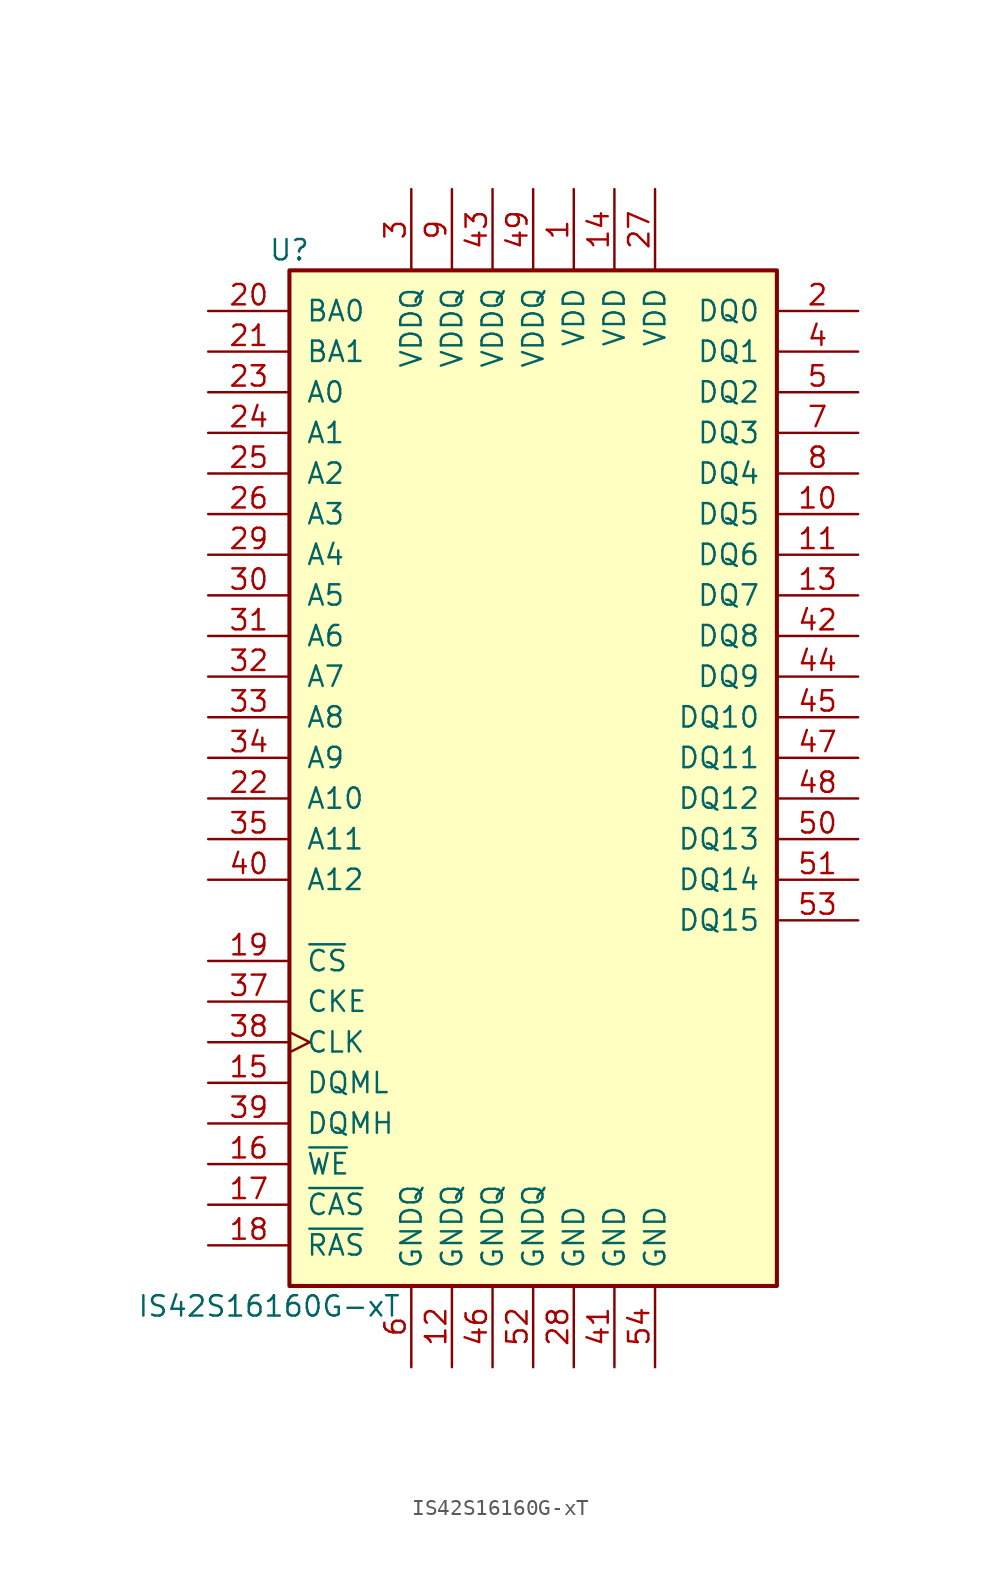
<source format=kicad_sym>
(kicad_symbol_lib
  (version 20211014)
  (generator kicad_symbol_editor)
  (symbol "IS42S16160G-xT"
    (pin_names
      (offset 1.016))
    (property "Reference" "U"
      (at -15.24 34.29 0)
      (effects (font (size 1.27 1.27))))
    (property "Value" "IS42S16160G-xT"
      (at -16.51 -31.75 0)
      (effects (font (size 1.27 1.27))))
    (symbol "IS42S16160G-xT_1_1"
      (rectangle (start -15.24 33.02) (end 15.24 -30.48) (stroke (width 0.254) (type default) (color 0 0 0 0)) (fill (type background)))
      (pin power_in line (at 2.54 38.1 270) (length 5.08) (name "VDD" (effects (font (size 1.27 1.27)))) (number "1" (effects (font (size 1.27 1.27)))))
      (pin bidirectional line (at 20.32 17.78 180) (length 5.08) (name "DQ5" (effects (font (size 1.27 1.27)))) (number "10" (effects (font (size 1.27 1.27)))))
      (pin bidirectional line (at 20.32 15.24 180) (length 5.08) (name "DQ6" (effects (font (size 1.27 1.27)))) (number "11" (effects (font (size 1.27 1.27)))))
      (pin power_in line (at -5.08 -35.56 90) (length 5.08) (name "GNDQ" (effects (font (size 1.27 1.27)))) (number "12" (effects (font (size 1.27 1.27)))))
      (pin bidirectional line (at 20.32 12.7 180) (length 5.08) (name "DQ7" (effects (font (size 1.27 1.27)))) (number "13" (effects (font (size 1.27 1.27)))))
      (pin power_in line (at 5.08 38.1 270) (length 5.08) (name "VDD" (effects (font (size 1.27 1.27)))) (number "14" (effects (font (size 1.27 1.27)))))
      (pin input line (at -20.32 -17.78 0) (length 5.08) (name "DQML" (effects (font (size 1.27 1.27)))) (number "15" (effects (font (size 1.27 1.27)))))
      (pin input line (at -20.32 -22.86 0) (length 5.08) (name "~{WE}" (effects (font (size 1.27 1.27)))) (number "16" (effects (font (size 1.27 1.27)))))
      (pin input line (at -20.32 -25.4 0) (length 5.08) (name "~{CAS}" (effects (font (size 1.27 1.27)))) (number "17" (effects (font (size 1.27 1.27)))))
      (pin input line (at -20.32 -27.94 0) (length 5.08) (name "~{RAS}" (effects (font (size 1.27 1.27)))) (number "18" (effects (font (size 1.27 1.27)))))
      (pin input line (at -20.32 -10.16 0) (length 5.08) (name "~{CS}" (effects (font (size 1.27 1.27)))) (number "19" (effects (font (size 1.27 1.27)))))
      (pin bidirectional line (at 20.32 30.48 180) (length 5.08) (name "DQ0" (effects (font (size 1.27 1.27)))) (number "2" (effects (font (size 1.27 1.27)))))
      (pin input line (at -20.32 30.48 0) (length 5.08) (name "BA0" (effects (font (size 1.27 1.27)))) (number "20" (effects (font (size 1.27 1.27)))))
      (pin input line (at -20.32 27.94 0) (length 5.08) (name "BA1" (effects (font (size 1.27 1.27)))) (number "21" (effects (font (size 1.27 1.27)))))
      (pin input line (at -20.32 0 0) (length 5.08) (name "A10" (effects (font (size 1.27 1.27)))) (number "22" (effects (font (size 1.27 1.27)))))
      (pin input line (at -20.32 25.4 0) (length 5.08) (name "A0" (effects (font (size 1.27 1.27)))) (number "23" (effects (font (size 1.27 1.27)))))
      (pin input line (at -20.32 22.86 0) (length 5.08) (name "A1" (effects (font (size 1.27 1.27)))) (number "24" (effects (font (size 1.27 1.27)))))
      (pin input line (at -20.32 20.32 0) (length 5.08) (name "A2" (effects (font (size 1.27 1.27)))) (number "25" (effects (font (size 1.27 1.27)))))
      (pin input line (at -20.32 17.78 0) (length 5.08) (name "A3" (effects (font (size 1.27 1.27)))) (number "26" (effects (font (size 1.27 1.27)))))
      (pin power_in line (at 7.62 38.1 270) (length 5.08) (name "VDD" (effects (font (size 1.27 1.27)))) (number "27" (effects (font (size 1.27 1.27)))))
      (pin power_in line (at 2.54 -35.56 90) (length 5.08) (name "GND" (effects (font (size 1.27 1.27)))) (number "28" (effects (font (size 1.27 1.27)))))
      (pin input line (at -20.32 15.24 0) (length 5.08) (name "A4" (effects (font (size 1.27 1.27)))) (number "29" (effects (font (size 1.27 1.27)))))
      (pin power_in line (at -7.62 38.1 270) (length 5.08) (name "VDDQ" (effects (font (size 1.27 1.27)))) (number "3" (effects (font (size 1.27 1.27)))))
      (pin input line (at -20.32 12.7 0) (length 5.08) (name "A5" (effects (font (size 1.27 1.27)))) (number "30" (effects (font (size 1.27 1.27)))))
      (pin input line (at -20.32 10.16 0) (length 5.08) (name "A6" (effects (font (size 1.27 1.27)))) (number "31" (effects (font (size 1.27 1.27)))))
      (pin input line (at -20.32 7.62 0) (length 5.08) (name "A7" (effects (font (size 1.27 1.27)))) (number "32" (effects (font (size 1.27 1.27)))))
      (pin input line (at -20.32 5.08 0) (length 5.08) (name "A8" (effects (font (size 1.27 1.27)))) (number "33" (effects (font (size 1.27 1.27)))))
      (pin input line (at -20.32 2.54 0) (length 5.08) (name "A9" (effects (font (size 1.27 1.27)))) (number "34" (effects (font (size 1.27 1.27)))))
      (pin input line (at -20.32 -2.54 0) (length 5.08) (name "A11" (effects (font (size 1.27 1.27)))) (number "35" (effects (font (size 1.27 1.27)))))
      (pin no_connect line (at 15.24 -15.24 180) (length 5.08) hide (name "NC" (effects (font (size 1.27 1.27)))) (number "36" (effects (font (size 1.27 1.27)))))
      (pin input line (at -20.32 -12.7 0) (length 5.08) (name "CKE" (effects (font (size 1.27 1.27)))) (number "37" (effects (font (size 1.27 1.27)))))
      (pin input clock (at -20.32 -15.24 0) (length 5.08) (name "CLK" (effects (font (size 1.27 1.27)))) (number "38" (effects (font (size 1.27 1.27)))))
      (pin input line (at -20.32 -20.32 0) (length 5.08) (name "DQMH" (effects (font (size 1.27 1.27)))) (number "39" (effects (font (size 1.27 1.27)))))
      (pin bidirectional line (at 20.32 27.94 180) (length 5.08) (name "DQ1" (effects (font (size 1.27 1.27)))) (number "4" (effects (font (size 1.27 1.27)))))
      (pin input line (at -20.32 -5.08 0) (length 5.08) (name "A12" (effects (font (size 1.27 1.27)))) (number "40" (effects (font (size 1.27 1.27)))))
      (pin power_in line (at 5.08 -35.56 90) (length 5.08) (name "GND" (effects (font (size 1.27 1.27)))) (number "41" (effects (font (size 1.27 1.27)))))
      (pin bidirectional line (at 20.32 10.16 180) (length 5.08) (name "DQ8" (effects (font (size 1.27 1.27)))) (number "42" (effects (font (size 1.27 1.27)))))
      (pin power_in line (at -2.54 38.1 270) (length 5.08) (name "VDDQ" (effects (font (size 1.27 1.27)))) (number "43" (effects (font (size 1.27 1.27)))))
      (pin bidirectional line (at 20.32 7.62 180) (length 5.08) (name "DQ9" (effects (font (size 1.27 1.27)))) (number "44" (effects (font (size 1.27 1.27)))))
      (pin bidirectional line (at 20.32 5.08 180) (length 5.08) (name "DQ10" (effects (font (size 1.27 1.27)))) (number "45" (effects (font (size 1.27 1.27)))))
      (pin power_in line (at -2.54 -35.56 90) (length 5.08) (name "GNDQ" (effects (font (size 1.27 1.27)))) (number "46" (effects (font (size 1.27 1.27)))))
      (pin bidirectional line (at 20.32 2.54 180) (length 5.08) (name "DQ11" (effects (font (size 1.27 1.27)))) (number "47" (effects (font (size 1.27 1.27)))))
      (pin bidirectional line (at 20.32 0 180) (length 5.08) (name "DQ12" (effects (font (size 1.27 1.27)))) (number "48" (effects (font (size 1.27 1.27)))))
      (pin power_in line (at 0 38.1 270) (length 5.08) (name "VDDQ" (effects (font (size 1.27 1.27)))) (number "49" (effects (font (size 1.27 1.27)))))
      (pin bidirectional line (at 20.32 25.4 180) (length 5.08) (name "DQ2" (effects (font (size 1.27 1.27)))) (number "5" (effects (font (size 1.27 1.27)))))
      (pin bidirectional line (at 20.32 -2.54 180) (length 5.08) (name "DQ13" (effects (font (size 1.27 1.27)))) (number "50" (effects (font (size 1.27 1.27)))))
      (pin bidirectional line (at 20.32 -5.08 180) (length 5.08) (name "DQ14" (effects (font (size 1.27 1.27)))) (number "51" (effects (font (size 1.27 1.27)))))
      (pin power_in line (at 0 -35.56 90) (length 5.08) (name "GNDQ" (effects (font (size 1.27 1.27)))) (number "52" (effects (font (size 1.27 1.27)))))
      (pin bidirectional line (at 20.32 -7.62 180) (length 5.08) (name "DQ15" (effects (font (size 1.27 1.27)))) (number "53" (effects (font (size 1.27 1.27)))))
      (pin power_in line (at 7.62 -35.56 90) (length 5.08) (name "GND" (effects (font (size 1.27 1.27)))) (number "54" (effects (font (size 1.27 1.27)))))
      (pin power_in line (at -7.62 -35.56 90) (length 5.08) (name "GNDQ" (effects (font (size 1.27 1.27)))) (number "6" (effects (font (size 1.27 1.27)))))
      (pin bidirectional line (at 20.32 22.86 180) (length 5.08) (name "DQ3" (effects (font (size 1.27 1.27)))) (number "7" (effects (font (size 1.27 1.27)))))
      (pin bidirectional line (at 20.32 20.32 180) (length 5.08) (name "DQ4" (effects (font (size 1.27 1.27)))) (number "8" (effects (font (size 1.27 1.27)))))
      (pin power_in line (at -5.08 38.1 270) (length 5.08) (name "VDDQ" (effects (font (size 1.27 1.27)))) (number "9" (effects (font (size 1.27 1.27))))))))
</source>
